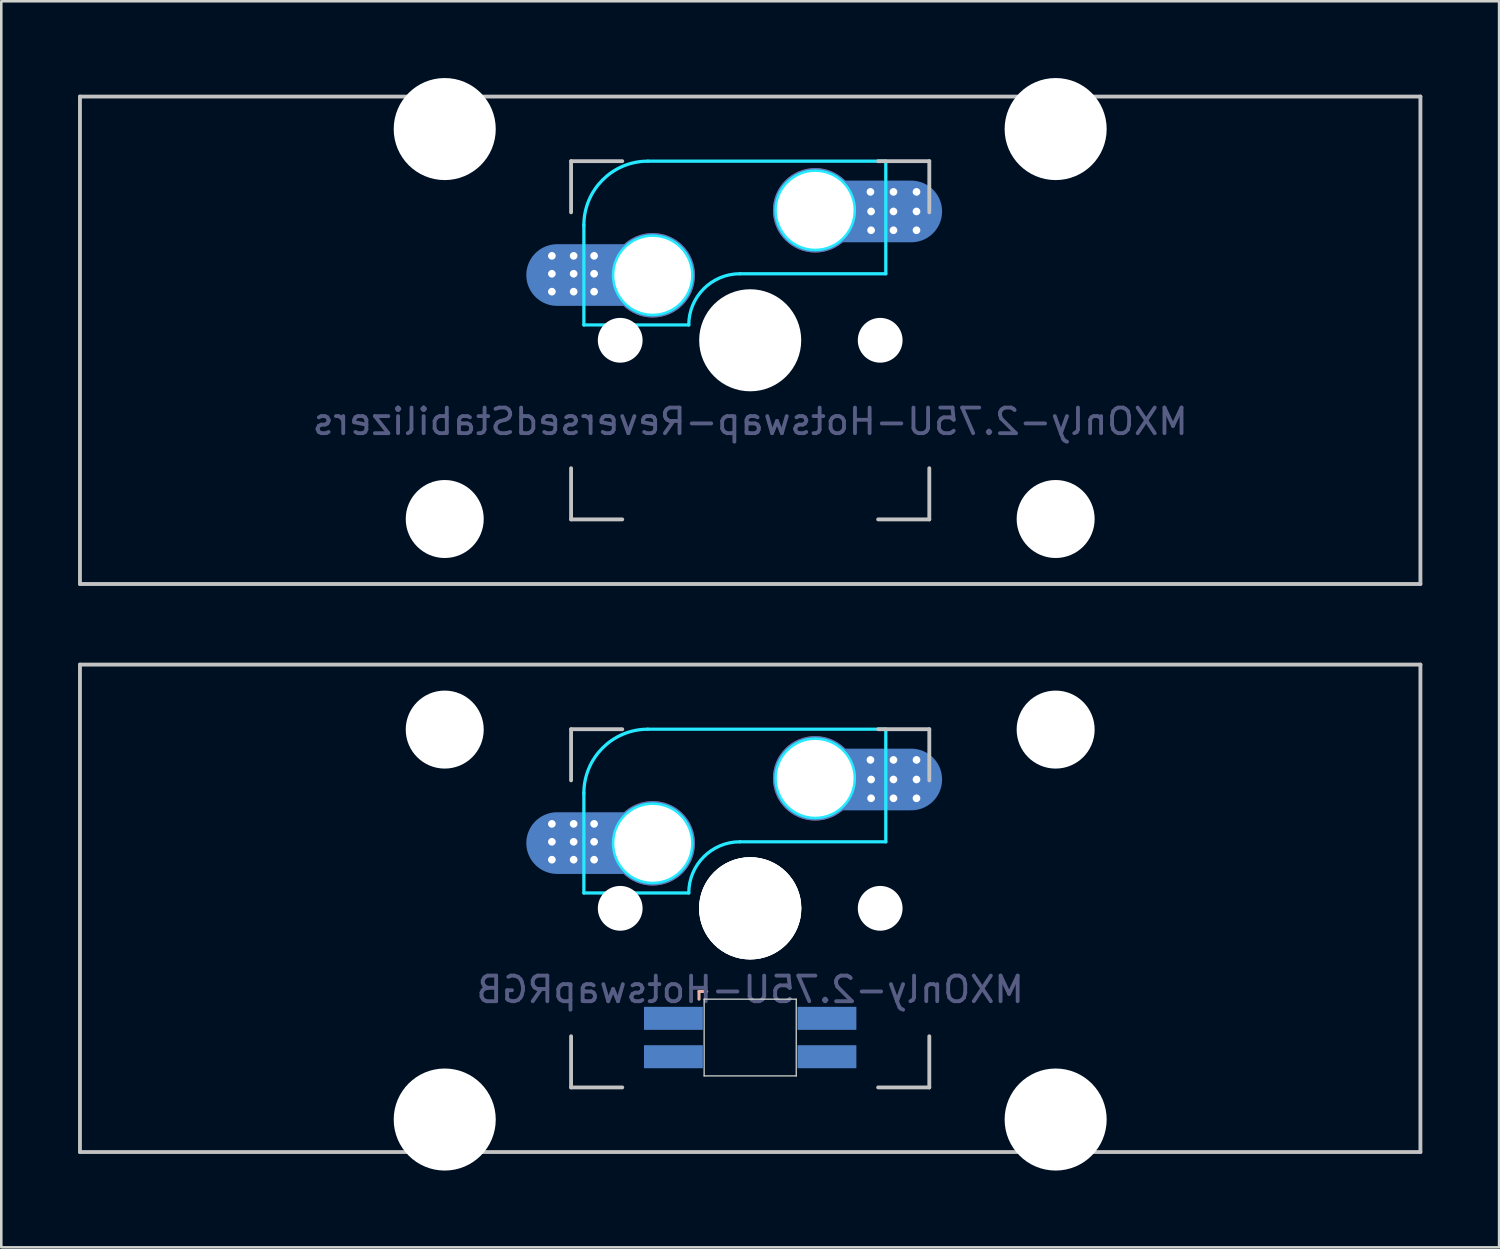
<source format=kicad_pcb>
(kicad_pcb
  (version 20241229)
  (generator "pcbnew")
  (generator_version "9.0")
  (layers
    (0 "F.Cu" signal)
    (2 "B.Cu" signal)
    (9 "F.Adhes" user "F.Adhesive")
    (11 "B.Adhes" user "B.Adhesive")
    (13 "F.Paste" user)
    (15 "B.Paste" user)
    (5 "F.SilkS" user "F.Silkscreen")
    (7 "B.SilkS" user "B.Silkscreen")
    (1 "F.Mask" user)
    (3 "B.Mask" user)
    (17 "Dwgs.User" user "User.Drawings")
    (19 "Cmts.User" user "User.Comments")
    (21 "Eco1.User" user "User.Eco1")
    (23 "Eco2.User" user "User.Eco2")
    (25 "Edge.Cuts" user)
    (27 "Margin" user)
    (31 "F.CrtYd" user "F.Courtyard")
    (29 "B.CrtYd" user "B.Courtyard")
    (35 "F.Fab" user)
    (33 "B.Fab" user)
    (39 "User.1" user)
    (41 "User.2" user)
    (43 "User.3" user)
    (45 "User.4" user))
  (footprint "MXOnly-2.75U-Hotswap-ReversedStabilizers"
    (layer "F.Cu")
    (at 26.269 10.249)
    (property "Reference" "MXOnly-2.75U-Hotswap-ReversedStabilizers" (at 0 3.175 0) (layer "B.Fab") (effects (font (size 1 1) (thickness 0.15)) (justify mirror)))
    (attr smd)
    (fp_line (start -26.194 -9.525) (end 26.194 -9.525) (stroke (width 0.15) (type solid)) (layer "Dwgs.User"))
    (fp_line (start -26.194 9.525) (end -26.194 -9.525) (stroke (width 0.15) (type solid)) (layer "Dwgs.User"))
    (fp_line (start -7 -7) (end -7 -5) (stroke (width 0.15) (type solid)) (layer "Dwgs.User"))
    (fp_line (start -7 5) (end -7 7) (stroke (width 0.15) (type solid)) (layer "Dwgs.User"))
    (fp_line (start -7 7) (end -5 7) (stroke (width 0.15) (type solid)) (layer "Dwgs.User"))
    (fp_line (start -5 -7) (end -7 -7) (stroke (width 0.15) (type solid)) (layer "Dwgs.User"))
    (fp_line (start 5 -7) (end 7 -7) (stroke (width 0.15) (type solid)) (layer "Dwgs.User"))
    (fp_line (start 5 7) (end 7 7) (stroke (width 0.15) (type solid)) (layer "Dwgs.User"))
    (fp_line (start 7 -5) (end 7 -7) (stroke (width 0.15) (type solid)) (layer "Dwgs.User"))
    (fp_line (start 7 7) (end 7 5) (stroke (width 0.15) (type solid)) (layer "Dwgs.User"))
    (fp_line (start 26.194 -9.525) (end 26.194 9.525) (stroke (width 0.15) (type solid)) (layer "Dwgs.User"))
    (fp_line (start 26.194 9.525) (end -26.194 9.525) (stroke (width 0.15) (type solid)) (layer "Dwgs.User"))
    (fp_line (start -6.5 -4.5) (end -6.5 -0.6) (stroke (width 0.127) (type solid)) (layer "B.CrtYd"))
    (fp_line (start -6.5 -0.6) (end -2.4 -0.6) (stroke (width 0.127) (type solid)) (layer "B.CrtYd"))
    (fp_line (start -0.4 -2.6) (end 5.3 -2.6) (stroke (width 0.127) (type solid)) (layer "B.CrtYd"))
    (fp_line (start 5.3 -7) (end -4 -7) (stroke (width 0.127) (type solid)) (layer "B.CrtYd"))
    (fp_line (start 5.3 -7) (end 5.3 -2.6) (stroke (width 0.127) (type solid)) (layer "B.CrtYd"))
    (fp_arc (start -6.5 -4.5) (mid -5.767767 -6.267767) (end -4 -7) (stroke (width 0.127) (type solid)) (layer "B.CrtYd"))
    (fp_arc (start -2.4 -0.6) (mid -1.814214 -2.014214) (end -0.4 -2.6) (stroke (width 0.127) (type solid)) (layer "B.CrtYd"))
    (fp_circle (center -3.81 -2.54) (end -2.286 -2.54) (stroke (width 0.15) (type solid)) (fill no) (layer "B.CrtYd"))
    (fp_circle (center 2.54 -5.08) (end 2.54 -6.604) (stroke (width 0.15) (type solid)) (fill no) (layer "B.CrtYd"))
    (pad "" np_thru_hole circle (at -11.938 -8.255) (size 3.988 3.988) (drill 3.988) (layers "*.Cu" "*.Mask"))
    (pad "" np_thru_hole circle (at -11.938 6.985) (size 3.048 3.048) (drill 3.048) (layers "*.Cu" "*.Mask"))
    (pad "" np_thru_hole circle (at -5.08 0 48.1) (size 1.75 1.75) (drill 1.75) (layers "*.Cu" "*.Mask"))
    (pad "" np_thru_hole circle (at 0 0) (size 3.988 3.988) (drill 3.988) (layers "*.Cu" "*.Mask"))
    (pad "" np_thru_hole circle (at 5.08 0 48.1) (size 1.75 1.75) (drill 1.75) (layers "*.Cu" "*.Mask"))
    (pad "" np_thru_hole circle (at 11.938 -8.255) (size 3.988 3.988) (drill 3.988) (layers "*.Cu" "*.Mask"))
    (pad "" np_thru_hole circle (at 11.938 6.985) (size 3.048 3.048) (drill 3.048) (layers "*.Cu" "*.Mask"))
    (pad "1" thru_hole circle (at 2.54 -5.08) (size 3.3 3.3) (drill 3) (layers "*.Cu" "B.Mask"))
    (pad "1" thru_hole circle (at 4.7 -5.8) (size 0.4 0.4) (drill 0.3) (layers "*.Cu" "B.Mask"))
    (pad "1" thru_hole circle (at 4.725 -5.035) (size 0.4 0.4) (drill 0.3) (layers "*.Cu" "B.Mask"))
    (pad "1" thru_hole circle (at 4.725 -4.3) (size 0.4 0.4) (drill 0.3) (layers "*.Cu" "B.Mask"))
    (pad "1" smd oval (at 4.75 -5.035) (size 5.5 2.41) (layers "B.Cu" "B.Mask" "B.Paste"))
    (pad "1" thru_hole circle (at 5.6 -5.8) (size 0.4 0.4) (drill 0.3) (layers "*.Cu" "B.Mask"))
    (pad "1" thru_hole circle (at 5.6 -5.035) (size 0.4 0.4) (drill 0.3) (layers "*.Cu" "B.Mask"))
    (pad "1" thru_hole circle (at 5.6 -4.3) (size 0.4 0.4) (drill 0.3) (layers "*.Cu" "B.Mask"))
    (pad "1" thru_hole circle (at 6.5 -5.8) (size 0.4 0.4) (drill 0.3) (layers "*.Cu" "B.Mask"))
    (pad "1" thru_hole circle (at 6.5 -5.035) (size 0.4 0.4) (drill 0.3) (layers "*.Cu" "B.Mask"))
    (pad "1" thru_hole circle (at 6.5 -4.3) (size 0.4 0.4) (drill 0.3) (layers "*.Cu" "B.Mask"))
    (pad "2" thru_hole circle (at -7.75 -3.3) (size 0.4 0.4) (drill 0.3) (layers "*.Cu" "B.Mask"))
    (pad "2" thru_hole circle (at -7.75 -2.6) (size 0.4 0.4) (drill 0.3) (layers "*.Cu" "B.Mask"))
    (pad "2" thru_hole circle (at -7.75 -1.9) (size 0.4 0.4) (drill 0.3) (layers "*.Cu" "B.Mask"))
    (pad "2" thru_hole circle (at -6.9 -3.3) (size 0.4 0.4) (drill 0.3) (layers "*.Cu" "B.Mask"))
    (pad "2" thru_hole circle (at -6.9 -2.6) (size 0.4 0.4) (drill 0.3) (layers "*.Cu" "B.Mask"))
    (pad "2" thru_hole circle (at -6.9 -1.9) (size 0.4 0.4) (drill 0.3) (layers "*.Cu" "B.Mask"))
    (pad "2" thru_hole circle (at -6.1 -3.3) (size 0.4 0.4) (drill 0.3) (layers "*.Cu" "B.Mask"))
    (pad "2" thru_hole circle (at -6.1 -2.6) (size 0.4 0.4) (drill 0.3) (layers "*.Cu" "B.Mask"))
    (pad "2" thru_hole circle (at -6.1 -1.9) (size 0.4 0.4) (drill 0.3) (layers "*.Cu" "B.Mask"))
    (pad "2" smd oval (at -6 -2.55) (size 5.5 2.41) (layers "B.Cu" "B.Mask" "B.Paste"))
    (pad "2" thru_hole circle (at -3.81 -2.54) (size 3.3 3.3) (drill 3) (layers "*.Cu" "B.Mask")))
  (footprint "MXOnly-2.75U-HotswapRGB"
    (layer "F.Cu")
    (at 26.269 32.449)
    (property "Reference" "MXOnly-2.75U-HotswapRGB" (at 0 3.175 0) (layer "B.Fab") (effects (font (size 1 1) (thickness 0.15)) (justify mirror)))
    (attr smd)
    (fp_line (start -2 3.25) (end -2 3.55) (stroke (width 0.12) (type solid)) (layer "B.SilkS"))
    (fp_line (start -1.7 3.25) (end -2 3.25) (stroke (width 0.12) (type solid)) (layer "B.SilkS"))
    (fp_line (start -26.194 -9.525) (end 26.194 -9.525) (stroke (width 0.15) (type solid)) (layer "Dwgs.User"))
    (fp_line (start -26.194 9.525) (end -26.194 -9.525) (stroke (width 0.15) (type solid)) (layer "Dwgs.User"))
    (fp_line (start -7 -7) (end -7 -5) (stroke (width 0.15) (type solid)) (layer "Dwgs.User"))
    (fp_line (start -7 5) (end -7 7) (stroke (width 0.15) (type solid)) (layer "Dwgs.User"))
    (fp_line (start -7 7) (end -5 7) (stroke (width 0.15) (type solid)) (layer "Dwgs.User"))
    (fp_line (start -5 -7) (end -7 -7) (stroke (width 0.15) (type solid)) (layer "Dwgs.User"))
    (fp_line (start 5 -7) (end 7 -7) (stroke (width 0.15) (type solid)) (layer "Dwgs.User"))
    (fp_line (start 5 7) (end 7 7) (stroke (width 0.15) (type solid)) (layer "Dwgs.User"))
    (fp_line (start 7 -5) (end 7 -7) (stroke (width 0.15) (type solid)) (layer "Dwgs.User"))
    (fp_line (start 7 7) (end 7 5) (stroke (width 0.15) (type solid)) (layer "Dwgs.User"))
    (fp_line (start 26.194 -9.525) (end 26.194 9.525) (stroke (width 0.15) (type solid)) (layer "Dwgs.User"))
    (fp_line (start 26.194 9.525) (end -26.194 9.525) (stroke (width 0.15) (type solid)) (layer "Dwgs.User"))
    (fp_line (start -1.8 3.55) (end -1.8 6.55) (stroke (width 0.05) (type default)) (layer "Edge.Cuts"))
    (fp_line (start -1.8 3.55) (end 1.8 3.55) (stroke (width 0.05) (type solid)) (layer "Edge.Cuts"))
    (fp_line (start 1.8 3.55) (end 1.8 6.55) (stroke (width 0.05) (type default)) (layer "Edge.Cuts"))
    (fp_line (start 1.8 6.55) (end -1.8 6.55) (stroke (width 0.05) (type solid)) (layer "Edge.Cuts"))
    (fp_line (start -6.5 -4.5) (end -6.5 -0.6) (stroke (width 0.127) (type solid)) (layer "B.CrtYd"))
    (fp_line (start -6.5 -0.6) (end -2.4 -0.6) (stroke (width 0.127) (type solid)) (layer "B.CrtYd"))
    (fp_line (start -0.4 -2.6) (end 5.3 -2.6) (stroke (width 0.127) (type solid)) (layer "B.CrtYd"))
    (fp_line (start 5.3 -7) (end -4 -7) (stroke (width 0.127) (type solid)) (layer "B.CrtYd"))
    (fp_line (start 5.3 -7) (end 5.3 -2.6) (stroke (width 0.127) (type solid)) (layer "B.CrtYd"))
    (fp_arc (start -6.5 -4.5) (mid -5.767767 -6.267767) (end -4 -7) (stroke (width 0.127) (type solid)) (layer "B.CrtYd"))
    (fp_arc (start -2.4 -0.6) (mid -1.814214 -2.014214) (end -0.4 -2.6) (stroke (width 0.127) (type solid)) (layer "B.CrtYd"))
    (fp_circle (center -3.81 -2.54) (end -2.286 -2.54) (stroke (width 0.15) (type solid)) (fill no) (layer "B.CrtYd"))
    (fp_circle (center 2.54 -5.08) (end 2.54 -6.604) (stroke (width 0.15) (type solid)) (fill no) (layer "B.CrtYd"))
    (pad "" np_thru_hole circle (at -11.938 -6.985) (size 3.048 3.048) (drill 3.048) (layers "*.Cu" "*.Mask"))
    (pad "" np_thru_hole circle (at -11.938 8.255) (size 3.988 3.988) (drill 3.988) (layers "*.Cu" "*.Mask"))
    (pad "" np_thru_hole circle (at -5.08 0 48.1) (size 1.75 1.75) (drill 1.75) (layers "*.Cu" "*.Mask"))
    (pad "" np_thru_hole circle (at 0 0) (size 3.988 3.988) (drill 3.988) (layers "*.Cu" "*.Mask"))
    (pad "" np_thru_hole circle (at 0 0) (size 3.988 3.988) (drill 3.988) (layers "*.Cu" "*.Mask"))
    (pad "" np_thru_hole circle (at 0 0) (size 4 4) (drill 4) (layers "*.Cu" "*.Mask"))
    (pad "" np_thru_hole circle (at 5.08 0 48.1) (size 1.75 1.75) (drill 1.75) (layers "*.Cu" "*.Mask"))
    (pad "" np_thru_hole circle (at 11.938 -6.985) (size 3.048 3.048) (drill 3.048) (layers "*.Cu" "*.Mask"))
    (pad "" np_thru_hole circle (at 11.938 8.255) (size 3.988 3.988) (drill 3.988) (layers "*.Cu" "*.Mask"))
    (pad "1" thru_hole circle (at 2.54 -5.08) (size 3.3 3.3) (drill 3) (layers "*.Cu" "B.Mask"))
    (pad "1" thru_hole circle (at 4.7 -5.8) (size 0.4 0.4) (drill 0.3) (layers "*.Cu" "B.Mask"))
    (pad "1" thru_hole circle (at 4.725 -5.035) (size 0.4 0.4) (drill 0.3) (layers "*.Cu" "B.Mask"))
    (pad "1" thru_hole circle (at 4.725 -4.3) (size 0.4 0.4) (drill 0.3) (layers "*.Cu" "B.Mask"))
    (pad "1" smd oval (at 4.75 -5.035) (size 5.5 2.41) (layers "B.Cu" "B.Mask" "B.Paste"))
    (pad "1" thru_hole circle (at 5.6 -5.8) (size 0.4 0.4) (drill 0.3) (layers "*.Cu" "B.Mask"))
    (pad "1" thru_hole circle (at 5.6 -5.035) (size 0.4 0.4) (drill 0.3) (layers "*.Cu" "B.Mask"))
    (pad "1" thru_hole circle (at 5.6 -4.3) (size 0.4 0.4) (drill 0.3) (layers "*.Cu" "B.Mask"))
    (pad "1" thru_hole circle (at 6.5 -5.8) (size 0.4 0.4) (drill 0.3) (layers "*.Cu" "B.Mask"))
    (pad "1" thru_hole circle (at 6.5 -5.035) (size 0.4 0.4) (drill 0.3) (layers "*.Cu" "B.Mask"))
    (pad "1" thru_hole circle (at 6.5 -4.3) (size 0.4 0.4) (drill 0.3) (layers "*.Cu" "B.Mask"))
    (pad "2" thru_hole circle (at -7.75 -3.3) (size 0.4 0.4) (drill 0.3) (layers "*.Cu" "B.Mask"))
    (pad "2" thru_hole circle (at -7.75 -2.6) (size 0.4 0.4) (drill 0.3) (layers "*.Cu" "B.Mask"))
    (pad "2" thru_hole circle (at -7.75 -1.9) (size 0.4 0.4) (drill 0.3) (layers "*.Cu" "B.Mask"))
    (pad "2" thru_hole circle (at -6.9 -3.3) (size 0.4 0.4) (drill 0.3) (layers "*.Cu" "B.Mask"))
    (pad "2" thru_hole circle (at -6.9 -2.6) (size 0.4 0.4) (drill 0.3) (layers "*.Cu" "B.Mask"))
    (pad "2" thru_hole circle (at -6.9 -1.9) (size 0.4 0.4) (drill 0.3) (layers "*.Cu" "B.Mask"))
    (pad "2" thru_hole circle (at -6.1 -3.3) (size 0.4 0.4) (drill 0.3) (layers "*.Cu" "B.Mask"))
    (pad "2" thru_hole circle (at -6.1 -2.6) (size 0.4 0.4) (drill 0.3) (layers "*.Cu" "B.Mask"))
    (pad "2" thru_hole circle (at -6.1 -1.9) (size 0.4 0.4) (drill 0.3) (layers "*.Cu" "B.Mask"))
    (pad "2" smd oval (at -6 -2.55) (size 5.5 2.41) (layers "B.Cu" "B.Mask" "B.Paste"))
    (pad "2" thru_hole circle (at -3.81 -2.54) (size 3.3 3.3) (drill 3) (layers "*.Cu" "B.Mask"))
    (pad "3" smd rect (at -3 4.3) (size 2.3 0.9) (layers "B.Cu" "B.Mask" "B.Paste"))
    (pad "4" smd rect (at -3 5.8) (size 2.3 0.9) (layers "B.Cu" "B.Mask" "B.Paste"))
    (pad "5" smd rect (at 3 4.3) (size 2.3 0.9) (layers "B.Cu" "B.Mask" "B.Paste"))
    (pad "6" smd rect (at 3 5.8) (size 2.3 0.9) (layers "B.Cu" "B.Mask" "B.Paste")))
  (gr_rect
    (start -3 -3)
    (end 55.538 45.698)
    (stroke (width 0.1) (type default))
    (fill no)
    (layer "Edge.Cuts")))
</source>
